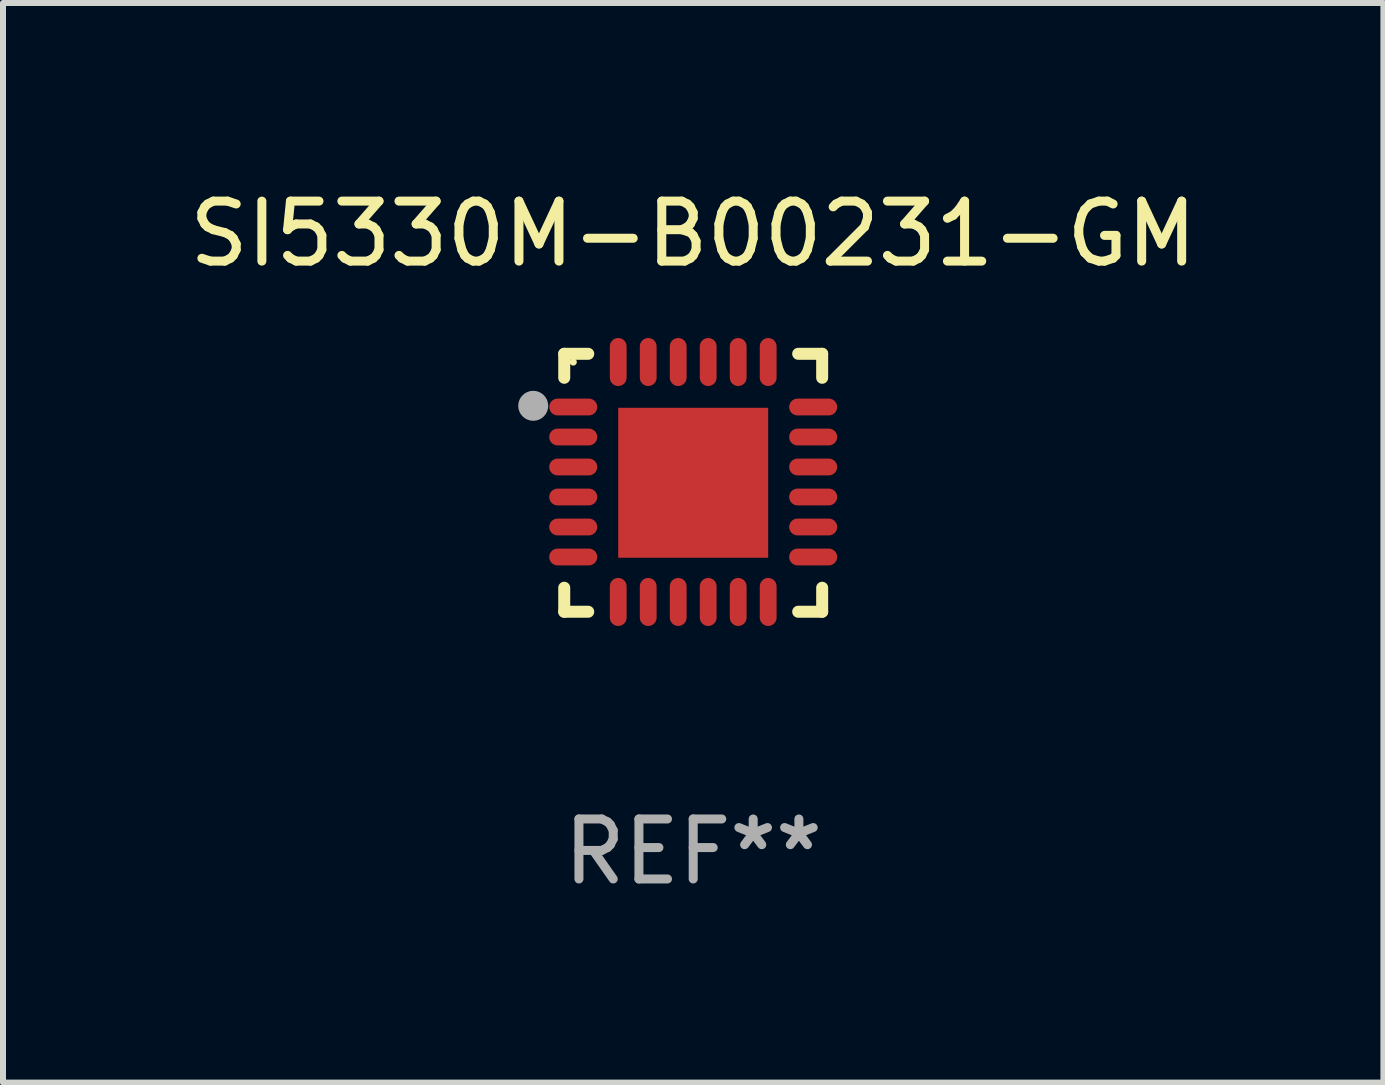
<source format=kicad_pcb>
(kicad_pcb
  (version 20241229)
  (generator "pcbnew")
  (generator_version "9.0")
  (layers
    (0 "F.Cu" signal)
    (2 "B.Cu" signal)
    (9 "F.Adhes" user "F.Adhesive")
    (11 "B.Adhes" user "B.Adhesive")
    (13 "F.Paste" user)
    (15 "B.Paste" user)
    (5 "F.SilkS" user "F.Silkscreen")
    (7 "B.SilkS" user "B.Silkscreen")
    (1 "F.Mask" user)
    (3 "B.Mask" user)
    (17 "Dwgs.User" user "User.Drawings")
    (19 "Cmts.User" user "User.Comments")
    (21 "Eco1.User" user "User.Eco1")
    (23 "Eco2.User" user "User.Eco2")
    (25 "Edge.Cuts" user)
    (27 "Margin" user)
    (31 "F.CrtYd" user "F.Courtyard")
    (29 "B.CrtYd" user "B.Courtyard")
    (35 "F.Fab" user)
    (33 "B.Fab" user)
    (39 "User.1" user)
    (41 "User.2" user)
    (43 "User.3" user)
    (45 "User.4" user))
  (footprint "SI5330M-B00231-GM"
    (layer "F.Cu")
    (at 8.506 4.998)
    (property "Reference" "SI5330M-B00231-GM" (at 0 -4.15 0) (layer "F.SilkS") (effects (font (size 1 1) (thickness 0.15))))
    (attr through_hole)
    (fp_line (start -2.15 -2.15) (end -1.75 -2.15) (stroke (width 0.2) (type solid)) (layer "F.SilkS"))
    (fp_line (start -2.15 -1.75) (end -2.15 -2.15) (stroke (width 0.2) (type solid)) (layer "F.SilkS"))
    (fp_line (start -2.15 2.15) (end -2.15 1.75) (stroke (width 0.2) (type solid)) (layer "F.SilkS"))
    (fp_line (start -1.75 2.15) (end -2.15 2.15) (stroke (width 0.2) (type solid)) (layer "F.SilkS"))
    (fp_line (start 1.75 -2.15) (end 2.15 -2.15) (stroke (width 0.2) (type solid)) (layer "F.SilkS"))
    (fp_line (start 1.75 2.15) (end 2.15 2.15) (stroke (width 0.2) (type solid)) (layer "F.SilkS"))
    (fp_line (start 2.15 -2.15) (end 2.15 -1.75) (stroke (width 0.2) (type solid)) (layer "F.SilkS"))
    (fp_line (start 2.15 2.15) (end 2.15 1.75) (stroke (width 0.2) (type solid)) (layer "F.SilkS"))
    (fp_circle (center -2 -2.013) (end -1.97 -2.013) (stroke (width 0.06) (type solid)) (fill no) (layer "F.SilkS"))
    (fp_circle (center -2.667 -1.283) (end -2.542 -1.283) (stroke (width 0.25) (type solid)) (fill no) (layer "F.Fab"))
    (fp_text user "REF**" (at 0 6.15 0) (layer "F.Fab") (effects (font (size 1 1) (thickness 0.15))))
    (pad "1" smd oval (at -2 -1.263) (size 0.8 0.28) (layers "F.Cu" "F.Mask" "F.Paste"))
    (pad "2" smd oval (at -2 -0.763) (size 0.8 0.28) (layers "F.Cu" "F.Mask" "F.Paste"))
    (pad "3" smd oval (at -2 -0.263) (size 0.8 0.28) (layers "F.Cu" "F.Mask" "F.Paste"))
    (pad "4" smd oval (at -2 0.237) (size 0.8 0.28) (layers "F.Cu" "F.Mask" "F.Paste"))
    (pad "5" smd oval (at -2 0.737) (size 0.8 0.28) (layers "F.Cu" "F.Mask" "F.Paste"))
    (pad "6" smd oval (at -2 1.237) (size 0.8 0.28) (layers "F.Cu" "F.Mask" "F.Paste"))
    (pad "7" smd oval (at -1.25 1.987) (size 0.28 0.8) (layers "F.Cu" "F.Mask" "F.Paste"))
    (pad "8" smd oval (at -0.75 1.987) (size 0.28 0.8) (layers "F.Cu" "F.Mask" "F.Paste"))
    (pad "9" smd oval (at -0.25 1.987) (size 0.28 0.8) (layers "F.Cu" "F.Mask" "F.Paste"))
    (pad "10" smd oval (at 0.25 1.987) (size 0.28 0.8) (layers "F.Cu" "F.Mask" "F.Paste"))
    (pad "11" smd oval (at 0.75 1.987) (size 0.28 0.8) (layers "F.Cu" "F.Mask" "F.Paste"))
    (pad "12" smd oval (at 1.25 1.987) (size 0.28 0.8) (layers "F.Cu" "F.Mask" "F.Paste"))
    (pad "13" smd oval (at 2 1.237) (size 0.8 0.28) (layers "F.Cu" "F.Mask" "F.Paste"))
    (pad "14" smd oval (at 2 0.737) (size 0.8 0.28) (layers "F.Cu" "F.Mask" "F.Paste"))
    (pad "15" smd oval (at 2 0.237) (size 0.8 0.28) (layers "F.Cu" "F.Mask" "F.Paste"))
    (pad "16" smd oval (at 2 -0.263) (size 0.8 0.28) (layers "F.Cu" "F.Mask" "F.Paste"))
    (pad "17" smd oval (at 2 -0.763) (size 0.8 0.28) (layers "F.Cu" "F.Mask" "F.Paste"))
    (pad "18" smd oval (at 2 -1.263) (size 0.8 0.28) (layers "F.Cu" "F.Mask" "F.Paste"))
    (pad "19" smd oval (at 1.25 -2.013) (size 0.28 0.8) (layers "F.Cu" "F.Mask" "F.Paste"))
    (pad "20" smd oval (at 0.75 -2.013) (size 0.28 0.8) (layers "F.Cu" "F.Mask" "F.Paste"))
    (pad "21" smd oval (at 0.25 -2.013) (size 0.28 0.8) (layers "F.Cu" "F.Mask" "F.Paste"))
    (pad "22" smd oval (at -0.25 -2.013) (size 0.28 0.8) (layers "F.Cu" "F.Mask" "F.Paste"))
    (pad "23" smd oval (at -0.75 -2.013) (size 0.28 0.8) (layers "F.Cu" "F.Mask" "F.Paste"))
    (pad "24" smd oval (at -1.25 -2.013) (size 0.28 0.8) (layers "F.Cu" "F.Mask" "F.Paste"))
    (pad "25" smd rect (at -0.000127 -0.00014) (size 2.5 2.5) (layers "F.Cu" "F.Mask" "F.Paste")))
  (gr_rect
    (start -3 -3)
    (end 20.012 14.997)
    (stroke (width 0.1) (type default))
    (fill no)
    (layer "Edge.Cuts")))
</source>
